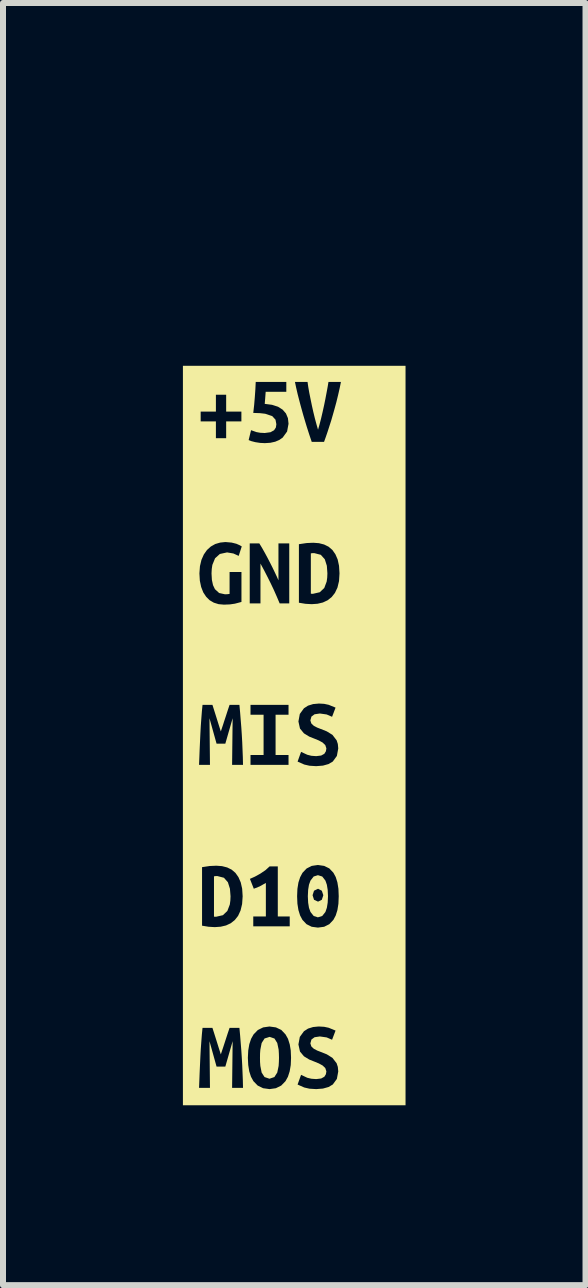
<source format=kicad_pcb>
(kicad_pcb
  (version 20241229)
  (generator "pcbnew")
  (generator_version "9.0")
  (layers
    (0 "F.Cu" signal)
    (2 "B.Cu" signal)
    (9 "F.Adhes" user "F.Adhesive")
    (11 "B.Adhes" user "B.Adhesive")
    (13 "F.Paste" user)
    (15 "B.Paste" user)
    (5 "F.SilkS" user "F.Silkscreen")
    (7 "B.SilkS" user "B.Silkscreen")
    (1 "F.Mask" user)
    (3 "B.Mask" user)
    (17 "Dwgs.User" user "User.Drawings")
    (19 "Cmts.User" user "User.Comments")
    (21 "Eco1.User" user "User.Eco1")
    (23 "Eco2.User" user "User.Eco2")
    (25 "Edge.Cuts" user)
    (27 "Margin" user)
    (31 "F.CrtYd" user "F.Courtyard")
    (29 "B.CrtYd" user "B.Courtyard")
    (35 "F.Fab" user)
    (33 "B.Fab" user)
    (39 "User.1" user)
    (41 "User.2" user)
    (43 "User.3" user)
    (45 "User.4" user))
  (footprint "kibuzzard-67ACF252"
    (layer "F.Cu")
    (at 1.856 9.214)
    (property "Reference" "kibuzzard-67ACF252" (at 0 -9.213 0) (layer "F.SilkS") (effects (font (size 0.001 0.001) (thickness 0.15))))
    (attr board_only exclude_from_pos_files exclude_from_bom)
    (fp_poly (pts (xy -1.338 3.02) (xy -1.321 3.022) (xy -1.303 3.022) (xy -1.189 2.996) (xy -1.115 2.925) (xy -1.074 2.818) (xy -1.065 2.752) (xy -1.062 2.681) (xy -1.072 2.555) (xy -1.106 2.447) (xy -1.172 2.372) (xy -1.28 2.344) (xy -1.309 2.344) (xy -1.338 2.348) (xy -1.338 3.02)) (stroke (width 0) (type solid)) (fill yes) (layer "F.SilkS"))
    (fp_poly (pts (xy 0.277 -2.365) (xy 0.295 -2.363) (xy 0.313 -2.363) (xy 0.426 -2.389) (xy 0.501 -2.46) (xy 0.541 -2.567) (xy 0.55 -2.633) (xy 0.553 -2.704) (xy 0.544 -2.83) (xy 0.51 -2.938) (xy 0.443 -3.013) (xy 0.335 -3.041) (xy 0.306 -3.041) (xy 0.277 -3.037) (xy 0.277 -2.365)) (stroke (width 0) (type solid)) (fill yes) (layer "F.SilkS"))
    (fp_poly (pts (xy -0.571 5.374) (xy -0.57 5.444) (xy -0.565 5.51) (xy -0.543 5.621) (xy -0.495 5.695) (xy -0.413 5.723) (xy -0.331 5.695) (xy -0.283 5.62) (xy -0.26 5.509) (xy -0.256 5.444) (xy -0.254 5.374) (xy -0.256 5.303) (xy -0.26 5.237) (xy -0.283 5.127) (xy -0.33 5.052) (xy -0.413 5.025) (xy -0.495 5.052) (xy -0.543 5.127) (xy -0.565 5.238) (xy -0.57 5.303) (xy -0.571 5.374)) (stroke (width 0) (type solid)) (fill yes) (layer "F.SilkS"))
    (fp_poly (pts (xy 0.563 2.68) (xy 0.558 2.574) (xy 0.544 2.488) (xy 0.52 2.419) (xy 0.467 2.351) (xy 0.395 2.329) (xy 0.324 2.351) (xy 0.271 2.419) (xy 0.246 2.488) (xy 0.232 2.574) (xy 0.227 2.68) (xy 0.232 2.786) (xy 0.246 2.873) (xy 0.271 2.942) (xy 0.324 3.009) (xy 0.395 3.032) (xy 0.397 3.031) (xy 0.397 2.77) (xy 0.33 2.739) (xy 0.306 2.663) (xy 0.33 2.588) (xy 0.397 2.555) (xy 0.46 2.588) (xy 0.485 2.663) (xy 0.46 2.739) (xy 0.397 2.77) (xy 0.397 3.031) (xy 0.467 3.009) (xy 0.52 2.942) (xy 0.544 2.873) (xy 0.558 2.786) (xy 0.563 2.68)) (stroke (width 0) (type solid)) (fill yes) (layer "F.SilkS"))
    (fp_poly (pts (xy -1.587 -6.165) (xy -1.856 -6.165) (xy -1.856 6.165) (xy -1.587 6.165) (xy -0.854 6.165) (xy -0.854 0.489) (xy -1.036 0.489) (xy -1.027 -0.288) (xy -1.149 0.136) (xy -1.295 0.136) (xy -1.413 -0.288) (xy -1.405 0.489) (xy -1.587 0.489) (xy -1.582 0.364) (xy -1.577 0.234) (xy -1.571 0.102) (xy -1.565 -0.029) (xy -1.558 -0.158) (xy -1.549 -0.283) (xy -1.54 -0.401) (xy -1.529 -0.511) (xy -1.364 -0.511) (xy -1.336 -0.423) (xy -1.3 -0.309) (xy -1.261 -0.184) (xy -1.224 -0.068) (xy -1.183 -0.191) (xy -1.172 -0.226) (xy -1.172 -2.182) (xy -1.261 -2.19) (xy -1.341 -2.215) (xy -1.411 -2.256) (xy -1.469 -2.314) (xy -1.517 -2.387) (xy -1.552 -2.477) (xy -1.574 -2.582) (xy -1.581 -2.704) (xy -1.572 -2.824) (xy -1.547 -2.929) (xy -1.507 -3.019) (xy -1.455 -3.093) (xy -1.391 -3.151) (xy -1.317 -3.193) (xy -1.235 -3.217) (xy -1.148 -3.226) (xy -1.135 -3.225) (xy -1.135 -4.957) (xy -1.306 -4.957) (xy -1.306 -5.238) (xy -1.56 -5.238) (xy -1.56 -5.401) (xy -1.306 -5.401) (xy -1.306 -5.682) (xy -1.135 -5.682) (xy -1.135 -5.401) (xy -0.881 -5.401) (xy -0.881 -5.238) (xy -1.135 -5.238) (xy -1.135 -4.957) (xy -1.135 -3.225) (xy -1.044 -3.217) (xy -0.964 -3.197) (xy -0.908 -3.172) (xy -0.875 -3.153) (xy -0.926 -2.995) (xy -1.014 -3.035) (xy -1.12 -3.053) (xy -1.24 -3.027) (xy -1.32 -2.955) (xy -1.365 -2.845) (xy -1.375 -2.778) (xy -1.379 -2.704) (xy -1.373 -2.595) (xy -1.354 -2.507) (xy -1.322 -2.44) (xy -1.252 -2.376) (xy -1.156 -2.355) (xy -1.117 -2.356) (xy -1.078 -2.361) (xy -1.078 -2.726) (xy -0.88 -2.726) (xy -0.88 -2.227) (xy -0.99 -2.198) (xy -1.073 -2.186) (xy -1.172 -2.182) (xy -1.172 -0.226) (xy -1.143 -0.314) (xy -1.107 -0.425) (xy -1.078 -0.511) (xy -0.914 -0.511) (xy -0.902 -0.381) (xy -0.892 -0.255) (xy -0.882 -0.131) (xy -0.874 -0.009) (xy -0.867 0.113) (xy -0.862 0.237) (xy -0.857 0.362) (xy -0.854 0.489) (xy -0.854 6.165) (xy -0.854 5.875) (xy -1.036 5.875) (xy -1.027 5.097) (xy -1.149 5.521) (xy -1.295 5.521) (xy -1.413 5.097) (xy -1.405 5.875) (xy -1.587 5.875) (xy -1.582 5.749) (xy -1.577 5.619) (xy -1.571 5.487) (xy -1.565 5.356) (xy -1.558 5.227) (xy -1.549 5.102) (xy -1.54 4.984) (xy -1.529 4.875) (xy -1.364 4.875) (xy -1.336 4.962) (xy -1.324 5) (xy -1.324 3.195) (xy -1.428 3.189) (xy -1.537 3.171) (xy -1.537 2.195) (xy -1.41 2.176) (xy -1.298 2.171) (xy -1.204 2.178) (xy -1.118 2.2) (xy -1.043 2.237) (xy -0.98 2.291) (xy -0.93 2.362) (xy -0.892 2.449) (xy -0.868 2.555) (xy -0.86 2.681) (xy -0.869 2.81) (xy -0.895 2.918) (xy -0.936 3.007) (xy -0.991 3.077) (xy -1.058 3.13) (xy -1.137 3.167) (xy -1.226 3.188) (xy -1.324 3.195) (xy -1.324 5) (xy -1.3 5.076) (xy -1.261 5.201) (xy -1.224 5.317) (xy -1.183 5.194) (xy -1.143 5.071) (xy -1.107 4.96) (xy -1.078 4.875) (xy -0.914 4.875) (xy -0.902 5.004) (xy -0.892 5.13) (xy -0.882 5.254) (xy -0.874 5.376) (xy -0.867 5.499) (xy -0.862 5.622) (xy -0.857 5.747) (xy -0.854 5.875) (xy -0.854 6.165) (xy -0.411 6.165) (xy -0.411 5.896) (xy -0.519 5.881) (xy -0.609 5.837) (xy -0.68 5.764) (xy -0.721 5.69) (xy -0.75 5.6) (xy -0.767 5.495) (xy -0.773 5.374) (xy -0.767 5.252) (xy -0.749 5.147) (xy -0.719 5.057) (xy -0.678 4.984) (xy -0.606 4.91) (xy -0.518 4.867) (xy -0.413 4.852) (xy -0.305 4.867) (xy -0.215 4.91) (xy -0.145 4.984) (xy -0.104 5.057) (xy -0.076 5.147) (xy -0.075 5.149) (xy -0.075 3.182) (xy -0.683 3.182) (xy -0.683 3.017) (xy -0.473 3.017) (xy -0.473 2.458) (xy -0.576 2.516) (xy -0.674 2.555) (xy -0.739 2.39) (xy -0.729 2.386) (xy -0.729 0.489) (xy -0.729 0.325) (xy -0.511 0.325) (xy -0.511 -0.346) (xy -0.729 -0.346) (xy -0.729 -0.511) (xy -0.243 -0.511) (xy -0.243 -2.203) (xy -0.29 -2.314) (xy -0.339 -2.425) (xy -0.391 -2.535) (xy -0.446 -2.645) (xy -0.503 -2.756) (xy -0.563 -2.867) (xy -0.563 -2.203) (xy -0.742 -2.203) (xy -0.742 -3.203) (xy -0.582 -3.203) (xy -0.537 -3.129) (xy -0.492 -3.049) (xy -0.49 -3.046) (xy -0.49 -4.875) (xy -0.569 -4.879) (xy -0.647 -4.891) (xy -0.714 -4.908) (xy -0.76 -4.926) (xy -0.72 -5.091) (xy -0.629 -5.059) (xy -0.567 -5.048) (xy -0.492 -5.044) (xy -0.396 -5.057) (xy -0.336 -5.09) (xy -0.306 -5.136) (xy -0.298 -5.19) (xy -0.312 -5.266) (xy -0.367 -5.326) (xy -0.484 -5.365) (xy -0.571 -5.375) (xy -0.683 -5.379) (xy -0.668 -5.513) (xy -0.657 -5.644) (xy -0.648 -5.772) (xy -0.642 -5.896) (xy -0.132 -5.896) (xy -0.132 -5.731) (xy -0.476 -5.731) (xy -0.484 -5.623) (xy -0.492 -5.53) (xy -0.37 -5.514) (xy -0.27 -5.482) (xy -0.193 -5.433) (xy -0.138 -5.37) (xy -0.105 -5.291) (xy -0.095 -5.198) (xy -0.119 -5.069) (xy -0.193 -4.967) (xy -0.249 -4.928) (xy -0.317 -4.899) (xy -0.398 -4.881) (xy -0.49 -4.875) (xy -0.49 -3.046) (xy -0.447 -2.966) (xy -0.404 -2.883) (xy -0.363 -2.802) (xy -0.325 -2.723) (xy -0.291 -2.651) (xy -0.263 -2.588) (xy -0.263 -3.203) (xy -0.083 -3.203) (xy -0.083 -2.203) (xy -0.243 -2.203) (xy -0.243 -0.511) (xy -0.095 -0.511) (xy -0.095 -0.346) (xy -0.311 -0.346) (xy -0.311 0.325) (xy -0.095 0.325) (xy -0.095 0.489) (xy -0.729 0.489) (xy -0.729 2.386) (xy -0.655 2.353) (xy -0.565 2.303) (xy -0.479 2.245) (xy -0.41 2.182) (xy -0.274 2.182) (xy -0.274 3.017) (xy -0.075 3.017) (xy -0.075 3.182) (xy -0.075 5.149) (xy -0.058 5.252) (xy -0.053 5.374) (xy -0.058 5.495) (xy -0.076 5.6) (xy -0.105 5.69) (xy -0.146 5.764) (xy -0.217 5.837) (xy -0.306 5.881) (xy -0.411 5.896) (xy -0.411 6.165) (xy 0.366 6.165) (xy 0.366 5.896) (xy 0.254 5.889) (xy 0.167 5.869) (xy 0.056 5.82) (xy 0.114 5.658) (xy 0.218 5.707) (xy 0.285 5.723) (xy 0.366 5.729) (xy 0.449 5.719) (xy 0.502 5.69) (xy 0.528 5.648) (xy 0.536 5.6) (xy 0.518 5.545) (xy 0.473 5.502) (xy 0.411 5.468) (xy 0.343 5.44) (xy 0.25 5.403) (xy 0.162 5.349) (xy 0.096 5.27) (xy 0.07 5.151) (xy 0.093 5.026) (xy 0.162 4.931) (xy 0.23 4.887) (xy 0.314 4.861) (xy 0.395 4.853) (xy 0.395 3.203) (xy 0.291 3.189) (xy 0.205 3.146) (xy 0.137 3.074) (xy 0.098 3.001) (xy 0.07 2.911) (xy 0.053 2.804) (xy 0.048 2.68) (xy 0.053 2.557) (xy 0.07 2.451) (xy 0.099 2.362) (xy 0.138 2.289) (xy 0.207 2.217) (xy 0.292 2.174) (xy 0.366 2.163) (xy 0.366 0.511) (xy 0.254 0.504) (xy 0.167 0.484) (xy 0.056 0.435) (xy 0.114 0.273) (xy 0.218 0.321) (xy 0.285 0.338) (xy 0.366 0.344) (xy 0.449 0.334) (xy 0.502 0.305) (xy 0.528 0.263) (xy 0.536 0.215) (xy 0.518 0.16) (xy 0.473 0.117) (xy 0.411 0.083) (xy 0.343 0.055) (xy 0.25 0.018) (xy 0.162 -0.036) (xy 0.096 -0.116) (xy 0.07 -0.234) (xy 0.093 -0.359) (xy 0.162 -0.454) (xy 0.23 -0.498) (xy 0.292 -0.517) (xy 0.292 -2.19) (xy 0.187 -2.196) (xy 0.078 -2.214) (xy 0.078 -3.19) (xy 0.206 -3.209) (xy 0.292 -3.213) (xy 0.292 -4.896) (xy 0.252 -5.014) (xy 0.209 -5.148) (xy 0.181 -5.241) (xy 0.153 -5.335) (xy 0.127 -5.428) (xy 0.102 -5.519) (xy 0.079 -5.607) (xy 0.057 -5.692) (xy 0.031 -5.805) (xy 0.012 -5.896) (xy 0.222 -5.896) (xy 0.234 -5.812) (xy 0.251 -5.715) (xy 0.272 -5.611) (xy 0.294 -5.504) (xy 0.318 -5.396) (xy 0.344 -5.289) (xy 0.371 -5.189) (xy 0.397 -5.099) (xy 0.422 -5.187) (xy 0.448 -5.287) (xy 0.473 -5.394) (xy 0.497 -5.502) (xy 0.519 -5.61) (xy 0.539 -5.715) (xy 0.557 -5.812) (xy 0.571 -5.896) (xy 0.779 -5.896) (xy 0.758 -5.793) (xy 0.732 -5.679) (xy 0.702 -5.556) (xy 0.667 -5.428) (xy 0.642 -5.34) (xy 0.616 -5.25) (xy 0.587 -5.16) (xy 0.558 -5.07) (xy 0.528 -4.982) (xy 0.497 -4.896) (xy 0.292 -4.896) (xy 0.292 -3.213) (xy 0.317 -3.214) (xy 0.412 -3.207) (xy 0.498 -3.185) (xy 0.573 -3.148) (xy 0.636 -3.094) (xy 0.686 -3.023) (xy 0.724 -2.936) (xy 0.747 -2.83) (xy 0.755 -2.704) (xy 0.747 -2.575) (xy 0.721 -2.467) (xy 0.679 -2.378) (xy 0.624 -2.308) (xy 0.557 -2.255) (xy 0.478 -2.218) (xy 0.389 -2.197) (xy 0.292 -2.19) (xy 0.292 -0.517) (xy 0.314 -0.524) (xy 0.413 -0.533) (xy 0.499 -0.528) (xy 0.574 -0.512) (xy 0.689 -0.465) (xy 0.631 -0.312) (xy 0.541 -0.351) (xy 0.427 -0.367) (xy 0.339 -0.354) (xy 0.287 -0.316) (xy 0.269 -0.252) (xy 0.285 -0.201) (xy 0.326 -0.162) (xy 0.383 -0.132) (xy 0.445 -0.108) (xy 0.543 -0.069) (xy 0.637 -0.011) (xy 0.707 0.08) (xy 0.727 0.141) (xy 0.734 0.216) (xy 0.711 0.341) (xy 0.643 0.434) (xy 0.572 0.476) (xy 0.479 0.502) (xy 0.366 0.511) (xy 0.366 2.163) (xy 0.395 2.159) (xy 0.499 2.174) (xy 0.585 2.216) (xy 0.653 2.288) (xy 0.692 2.36) (xy 0.72 2.45) (xy 0.737 2.556) (xy 0.742 2.68) (xy 0.737 2.804) (xy 0.72 2.911) (xy 0.692 3.001) (xy 0.653 3.074) (xy 0.585 3.146) (xy 0.499 3.189) (xy 0.395 3.203) (xy 0.395 4.853) (xy 0.413 4.852) (xy 0.499 4.857) (xy 0.574 4.873) (xy 0.689 4.92) (xy 0.631 5.073) (xy 0.541 5.034) (xy 0.427 5.018) (xy 0.339 5.031) (xy 0.287 5.069) (xy 0.269 5.133) (xy 0.285 5.184) (xy 0.326 5.223) (xy 0.383 5.253) (xy 0.445 5.277) (xy 0.543 5.316) (xy 0.637 5.375) (xy 0.707 5.465) (xy 0.727 5.526) (xy 0.734 5.602) (xy 0.711 5.726) (xy 0.643 5.819) (xy 0.572 5.861) (xy 0.479 5.887) (xy 0.366 5.896) (xy 0.366 6.165) (xy 0.779 6.165) (xy 1.856 6.165) (xy 1.856 -6.165) (xy 0.779 -6.165) (xy -1.587 -6.165)) (stroke (width 0) (type solid)) (fill yes) (layer "F.SilkS")))
  (gr_rect
    (start -3 -3)
    (end 6.713 18.379)
    (stroke (width 0.1) (type default))
    (fill no)
    (layer "Edge.Cuts")))
</source>
